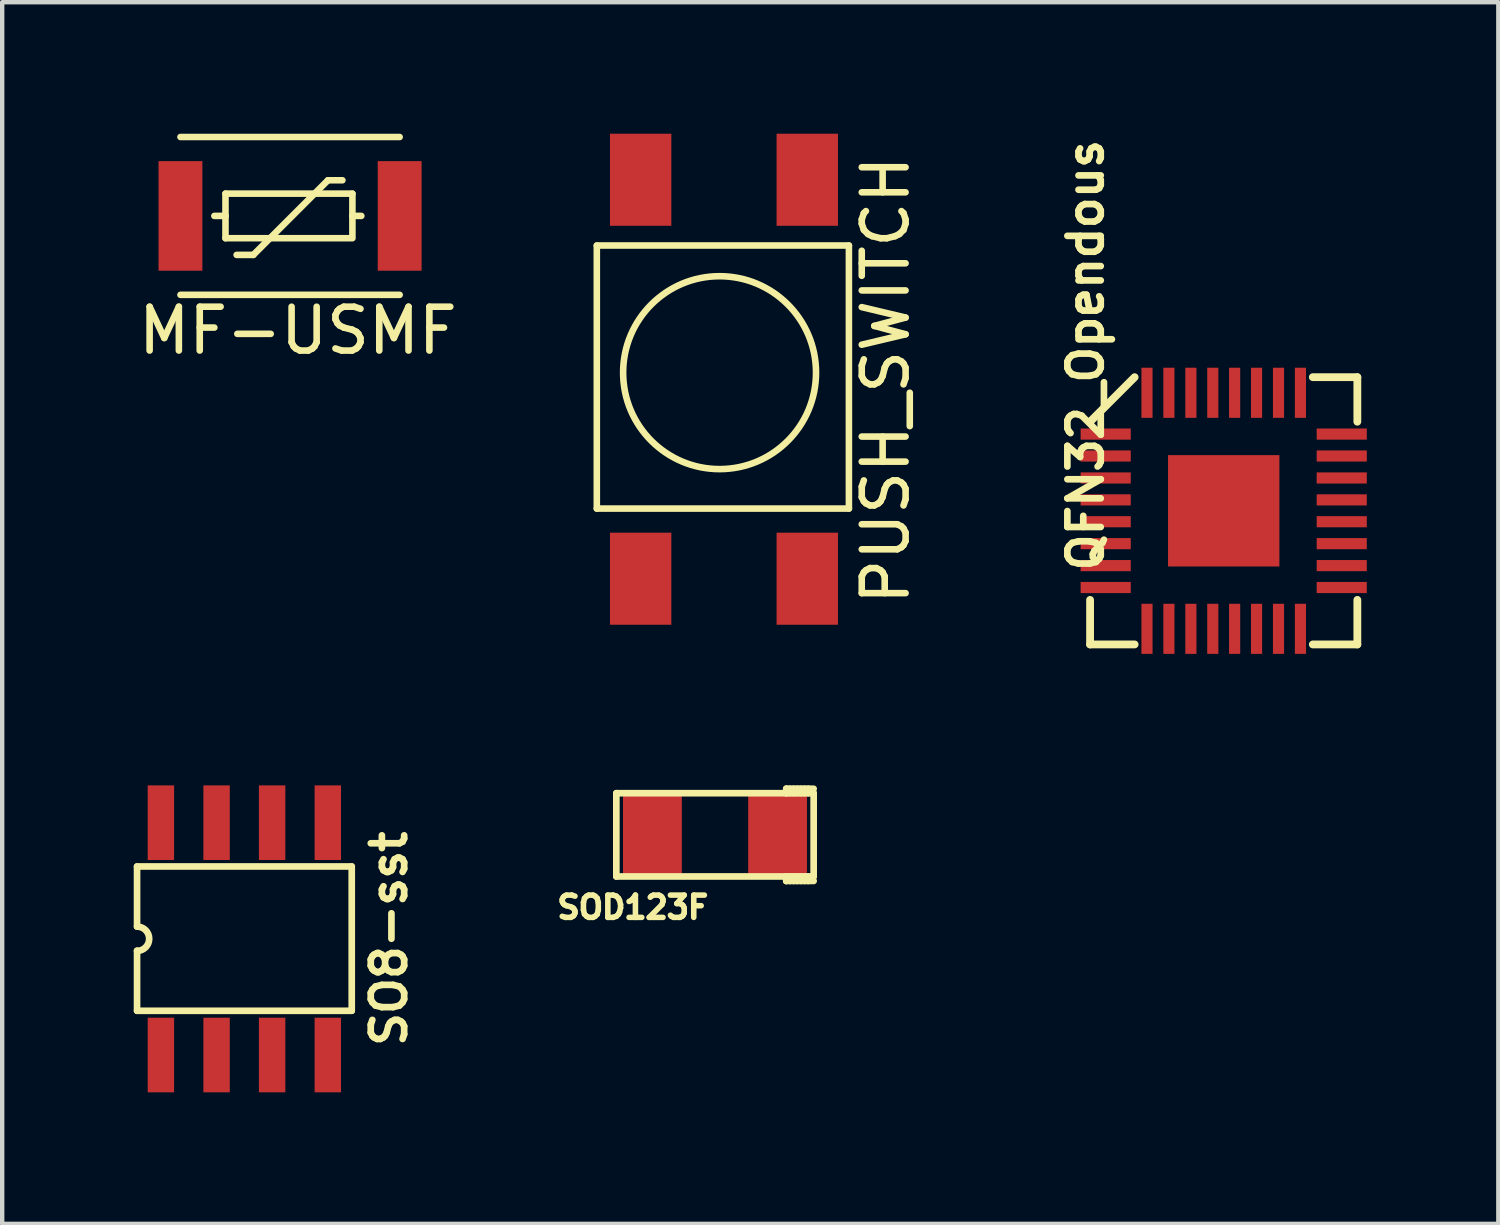
<source format=kicad_pcb>
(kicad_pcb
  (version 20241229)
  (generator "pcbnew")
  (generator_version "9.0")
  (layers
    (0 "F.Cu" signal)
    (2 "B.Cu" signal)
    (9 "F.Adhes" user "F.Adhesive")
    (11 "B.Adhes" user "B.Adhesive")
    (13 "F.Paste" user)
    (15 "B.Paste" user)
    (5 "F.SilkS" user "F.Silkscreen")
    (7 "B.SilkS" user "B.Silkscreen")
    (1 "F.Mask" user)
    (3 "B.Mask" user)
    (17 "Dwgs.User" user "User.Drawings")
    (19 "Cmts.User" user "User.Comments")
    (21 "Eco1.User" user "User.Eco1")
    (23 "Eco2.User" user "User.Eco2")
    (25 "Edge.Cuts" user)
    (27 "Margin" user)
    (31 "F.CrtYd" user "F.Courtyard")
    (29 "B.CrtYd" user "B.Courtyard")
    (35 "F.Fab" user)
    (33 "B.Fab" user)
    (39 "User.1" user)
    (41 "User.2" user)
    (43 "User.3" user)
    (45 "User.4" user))
  (footprint "SOD123F"
    (layer "F.Cu")
    (at 13.256 15.995)
    (property "Reference" "SOD123F" (at -1.873 1.651 0) (layer "F.SilkS") (effects (font (size 0.508 0.508) (thickness 0.127))))
    (attr through_hole)
    (fp_line (start -2.248 -0.953) (end -2.248 0.947) (stroke (width 0.152) (type solid)) (layer "F.SilkS"))
    (fp_line (start -2.248 0.947) (end 2.253 0.947) (stroke (width 0.152) (type solid)) (layer "F.SilkS"))
    (fp_line (start 1.628 -1.054) (end 2.253 -1.054) (stroke (width 0.152) (type solid)) (layer "F.SilkS"))
    (fp_line (start 1.628 -0.953) (end 1.628 -1.054) (stroke (width 0.152) (type solid)) (layer "F.SilkS"))
    (fp_line (start 1.628 -0.953) (end 1.628 -1.054) (stroke (width 0.152) (type solid)) (layer "F.SilkS"))
    (fp_line (start 1.628 0.947) (end 1.628 1.049) (stroke (width 0.152) (type solid)) (layer "F.SilkS"))
    (fp_line (start 1.628 0.947) (end 1.628 1.049) (stroke (width 0.152) (type solid)) (layer "F.SilkS"))
    (fp_line (start 1.628 1.049) (end 2.253 1.049) (stroke (width 0.152) (type solid)) (layer "F.SilkS"))
    (fp_line (start 1.712 -0.953) (end 1.712 -1.054) (stroke (width 0.152) (type solid)) (layer "F.SilkS"))
    (fp_line (start 1.712 0.947) (end 1.712 1.049) (stroke (width 0.152) (type solid)) (layer "F.SilkS"))
    (fp_line (start 1.796 -0.953) (end 1.796 -1.054) (stroke (width 0.152) (type solid)) (layer "F.SilkS"))
    (fp_line (start 1.796 0.947) (end 1.796 1.049) (stroke (width 0.152) (type solid)) (layer "F.SilkS"))
    (fp_line (start 1.877 -0.953) (end 1.877 -1.054) (stroke (width 0.152) (type solid)) (layer "F.SilkS"))
    (fp_line (start 1.877 0.947) (end 1.877 1.049) (stroke (width 0.152) (type solid)) (layer "F.SilkS"))
    (fp_line (start 1.961 -0.953) (end 1.961 -1.054) (stroke (width 0.152) (type solid)) (layer "F.SilkS"))
    (fp_line (start 1.961 0.947) (end 1.961 1.049) (stroke (width 0.152) (type solid)) (layer "F.SilkS"))
    (fp_line (start 2.045 -0.953) (end 2.045 -1.054) (stroke (width 0.152) (type solid)) (layer "F.SilkS"))
    (fp_line (start 2.045 0.947) (end 2.045 1.049) (stroke (width 0.152) (type solid)) (layer "F.SilkS"))
    (fp_line (start 2.129 -0.953) (end 2.129 -1.054) (stroke (width 0.152) (type solid)) (layer "F.SilkS"))
    (fp_line (start 2.129 0.947) (end 2.129 1.049) (stroke (width 0.152) (type solid)) (layer "F.SilkS"))
    (fp_line (start 2.253 -0.953) (end -2.248 -0.953) (stroke (width 0.152) (type solid)) (layer "F.SilkS"))
    (fp_line (start 2.253 0.947) (end 2.253 -0.953) (stroke (width 0.152) (type solid)) (layer "F.SilkS"))
    (pad "1" smd rect (at -1.425 0 90) (size 1.801 1.341) (layers "F.Cu" "F.Mask" "F.Paste"))
    (pad "2" smd rect (at 1.43 0 90) (size 1.801 1.341) (layers "F.Cu" "F.Mask" "F.Paste")))
  (footprint "PUSH_SWITCH"
    (layer "F.Cu")
    (at 11.563 1.05)
    (property "Reference" "PUSH_SWITCH" (at 5.588 4.572 90) (layer "F.SilkS") (effects (font (size 1 1) (thickness 0.15))))
    (attr through_hole)
    (fp_line (start -1 1.5) (end 4.75 1.5) (stroke (width 0.15) (type solid)) (layer "F.SilkS"))
    (fp_line (start -1 7.5) (end -1 1.5) (stroke (width 0.15) (type solid)) (layer "F.SilkS"))
    (fp_line (start 4.75 1.5) (end 4.75 7.5) (stroke (width 0.15) (type solid)) (layer "F.SilkS"))
    (fp_line (start 4.75 7.5) (end -1 7.5) (stroke (width 0.15) (type solid)) (layer "F.SilkS"))
    (fp_circle (center 1.8 4.4) (end 1.8 6.6) (stroke (width 0.15) (type solid)) (fill no) (layer "F.SilkS"))
    (pad "1" smd rect (at 3.8 0) (size 1.4 2.1) (layers "F.Cu" "F.Mask" "F.Paste"))
    (pad "2" smd rect (at 3.8 9.1) (size 1.4 2.1) (layers "F.Cu" "F.Mask" "F.Paste"))
    (pad "3" smd rect (at 0 0) (size 1.4 2.1) (layers "F.Cu" "F.Mask" "F.Paste"))
    (pad "4" smd rect (at 0 9.1) (size 1.4 2.1) (layers "F.Cu" "F.Mask" "F.Paste")))
  (footprint "MF-USMF"
    (layer "F.Cu")
    (at 3.566 1.875)
    (property "Reference" "MF-USMF" (at 0.178 2.616 0) (layer "F.SilkS") (effects (font (size 1 1) (thickness 0.15))))
    (attr through_hole)
    (fp_line (start -2.5 -1.8) (end 2.5 -1.8) (stroke (width 0.15) (type solid)) (layer "F.SilkS"))
    (fp_line (start -1.727 0) (end -1.473 0) (stroke (width 0.15) (type solid)) (layer "F.SilkS"))
    (fp_line (start -1.473 -0.508) (end 1.422 -0.508) (stroke (width 0.15) (type solid)) (layer "F.SilkS"))
    (fp_line (start -1.473 0) (end -1.473 -0.508) (stroke (width 0.15) (type solid)) (layer "F.SilkS"))
    (fp_line (start -1.473 0) (end -1.473 0.508) (stroke (width 0.15) (type solid)) (layer "F.SilkS"))
    (fp_line (start -1.473 0.508) (end 1.372 0.508) (stroke (width 0.15) (type solid)) (layer "F.SilkS"))
    (fp_line (start -1.219 0.889) (end -0.838 0.889) (stroke (width 0.15) (type solid)) (layer "F.SilkS"))
    (fp_line (start -0.838 0.889) (end 0.864 -0.813) (stroke (width 0.15) (type solid)) (layer "F.SilkS"))
    (fp_line (start 0.864 -0.813) (end 1.194 -0.813) (stroke (width 0.15) (type solid)) (layer "F.SilkS"))
    (fp_line (start 1.422 -0.508) (end 1.422 0) (stroke (width 0.15) (type solid)) (layer "F.SilkS"))
    (fp_line (start 1.422 0) (end 1.422 0.508) (stroke (width 0.15) (type solid)) (layer "F.SilkS"))
    (fp_line (start 1.422 0) (end 1.626 0) (stroke (width 0.15) (type solid)) (layer "F.SilkS"))
    (fp_line (start 2.5 1.8) (end -2.5 1.8) (stroke (width 0.15) (type solid)) (layer "F.SilkS"))
    (pad "1" smd rect (at 2.5 0) (size 1 2.5) (layers "F.Cu" "F.Mask" "F.Paste"))
    (pad "2" smd rect (at -2.5 0) (size 1 2.5) (layers "F.Cu" "F.Mask" "F.Paste")))
  (footprint "SO8-sst"
    (layer "F.Cu")
    (at 2.522 18.362)
    (property "Reference" "SO8-sst" (at 3.302 0 270) (layer "F.SilkS") (effects (font (size 0.762 0.762) (thickness 0.152))))
    (attr smd)
    (fp_line (start -2.446 -1.648) (end -2.446 -0.277) (stroke (width 0.152) (type solid)) (layer "F.SilkS"))
    (fp_line (start -2.446 0.272) (end -2.446 1.643) (stroke (width 0.152) (type solid)) (layer "F.SilkS"))
    (fp_line (start -2.446 1.643) (end 2.451 1.643) (stroke (width 0.152) (type solid)) (layer "F.SilkS"))
    (fp_line (start 2.451 -1.648) (end -2.446 -1.648) (stroke (width 0.152) (type solid)) (layer "F.SilkS"))
    (fp_line (start 2.451 1.643) (end 2.451 -1.648) (stroke (width 0.152) (type solid)) (layer "F.SilkS"))
    (fp_arc (start -2.44602 -0.27686) (mid -2.16916 0) (end -2.44602 0.27686) (stroke (width 0.1524) (type solid)) (layer "F.SilkS"))
    (pad "1" smd rect (at -1.902 2.652) (size 0.602 1.702) (layers "F.Cu" "F.Mask" "F.Paste"))
    (pad "2" smd rect (at -0.632 2.652) (size 0.602 1.702) (layers "F.Cu" "F.Mask" "F.Paste"))
    (pad "3" smd rect (at 0.635 2.652) (size 0.602 1.702) (layers "F.Cu" "F.Mask" "F.Paste"))
    (pad "4" smd rect (at 1.905 2.652) (size 0.602 1.702) (layers "F.Cu" "F.Mask" "F.Paste"))
    (pad "5" smd rect (at 1.905 -2.647) (size 0.602 1.702) (layers "F.Cu" "F.Mask" "F.Paste"))
    (pad "6" smd rect (at 0.635 -2.647) (size 0.602 1.702) (layers "F.Cu" "F.Mask" "F.Paste"))
    (pad "7" smd rect (at -0.632 -2.647) (size 0.602 1.702) (layers "F.Cu" "F.Mask" "F.Paste"))
    (pad "8" smd rect (at -1.902 -2.647) (size 0.602 1.702) (layers "F.Cu" "F.Mask" "F.Paste")))
  (footprint "QFN32_Opendous"
    (layer "F.Cu")
    (at 24.862 8.601)
    (property "Reference" "QFN32_Opendous" (at -3.149 -3.55 90) (layer "F.SilkS") (effects (font (size 0.762 0.762) (thickness 0.152))))
    (attr smd)
    (fp_line (start -3.048 -2.032) (end -2.032 -3.048) (stroke (width 0.178) (type solid)) (layer "F.SilkS"))
    (fp_line (start -3.048 3.048) (end -3.048 2.032) (stroke (width 0.178) (type solid)) (layer "F.SilkS"))
    (fp_line (start -3.048 3.048) (end -2.032 3.048) (stroke (width 0.178) (type solid)) (layer "F.SilkS"))
    (fp_line (start 2.032 3.048) (end 3.048 3.048) (stroke (width 0.178) (type solid)) (layer "F.SilkS"))
    (fp_line (start 3.048 -3.048) (end 2.032 -3.048) (stroke (width 0.178) (type solid)) (layer "F.SilkS"))
    (fp_line (start 3.048 -3.048) (end 3.048 -2.032) (stroke (width 0.178) (type solid)) (layer "F.SilkS"))
    (fp_line (start 3.048 3.048) (end 3.048 2.032) (stroke (width 0.178) (type solid)) (layer "F.SilkS"))
    (pad "1" smd rect (at -2.692 -1.75 90) (size 0.254 1.143) (layers "F.Cu" "F.Mask" "F.Paste"))
    (pad "2" smd rect (at -2.692 -1.25 90) (size 0.254 1.143) (layers "F.Cu" "F.Mask" "F.Paste"))
    (pad "3" smd rect (at -2.692 -0.749 90) (size 0.254 1.143) (layers "F.Cu" "F.Mask" "F.Paste"))
    (pad "4" smd rect (at -2.692 -0.249 90) (size 0.254 1.143) (layers "F.Cu" "F.Mask" "F.Paste"))
    (pad "5" smd rect (at -2.692 0.249 90) (size 0.254 1.143) (layers "F.Cu" "F.Mask" "F.Paste"))
    (pad "6" smd rect (at -2.692 0.749 90) (size 0.254 1.143) (layers "F.Cu" "F.Mask" "F.Paste"))
    (pad "7" smd rect (at -2.692 1.25 90) (size 0.254 1.143) (layers "F.Cu" "F.Mask" "F.Paste"))
    (pad "8" smd rect (at -2.692 1.75 90) (size 0.254 1.143) (layers "F.Cu" "F.Mask" "F.Paste"))
    (pad "9" smd rect (at -1.75 2.692) (size 0.254 1.143) (layers "F.Cu" "F.Mask" "F.Paste"))
    (pad "10" smd rect (at -1.25 2.692) (size 0.254 1.143) (layers "F.Cu" "F.Mask" "F.Paste"))
    (pad "11" smd rect (at -0.749 2.692) (size 0.254 1.143) (layers "F.Cu" "F.Mask" "F.Paste"))
    (pad "12" smd rect (at -0.249 2.692) (size 0.254 1.143) (layers "F.Cu" "F.Mask" "F.Paste"))
    (pad "13" smd rect (at 0.249 2.692) (size 0.254 1.143) (layers "F.Cu" "F.Mask" "F.Paste"))
    (pad "14" smd rect (at 0.749 2.692) (size 0.254 1.143) (layers "F.Cu" "F.Mask" "F.Paste"))
    (pad "15" smd rect (at 1.25 2.692) (size 0.254 1.143) (layers "F.Cu" "F.Mask" "F.Paste"))
    (pad "16" smd rect (at 1.75 2.692) (size 0.254 1.143) (layers "F.Cu" "F.Mask" "F.Paste"))
    (pad "17" smd rect (at 2.692 1.75 90) (size 0.254 1.143) (layers "F.Cu" "F.Mask" "F.Paste"))
    (pad "18" smd rect (at 2.692 1.25 90) (size 0.254 1.143) (layers "F.Cu" "F.Mask" "F.Paste"))
    (pad "19" smd rect (at 2.692 0.749 90) (size 0.254 1.143) (layers "F.Cu" "F.Mask" "F.Paste"))
    (pad "20" smd rect (at 2.692 0.249 90) (size 0.254 1.143) (layers "F.Cu" "F.Mask" "F.Paste"))
    (pad "21" smd rect (at 2.692 -0.249 90) (size 0.254 1.143) (layers "F.Cu" "F.Mask" "F.Paste"))
    (pad "22" smd rect (at 2.692 -0.749 90) (size 0.254 1.143) (layers "F.Cu" "F.Mask" "F.Paste"))
    (pad "23" smd rect (at 2.692 -1.25 90) (size 0.254 1.143) (layers "F.Cu" "F.Mask" "F.Paste"))
    (pad "24" smd rect (at 2.692 -1.75 90) (size 0.254 1.143) (layers "F.Cu" "F.Mask" "F.Paste"))
    (pad "25" smd rect (at 1.75 -2.692) (size 0.254 1.143) (layers "F.Cu" "F.Mask" "F.Paste"))
    (pad "26" smd rect (at 1.25 -2.692) (size 0.254 1.143) (layers "F.Cu" "F.Mask" "F.Paste"))
    (pad "27" smd rect (at 0.749 -2.692) (size 0.254 1.143) (layers "F.Cu" "F.Mask" "F.Paste"))
    (pad "28" smd rect (at 0.249 -2.692) (size 0.254 1.143) (layers "F.Cu" "F.Mask" "F.Paste"))
    (pad "29" smd rect (at -0.249 -2.692) (size 0.254 1.143) (layers "F.Cu" "F.Mask" "F.Paste"))
    (pad "30" smd rect (at -0.749 -2.692) (size 0.254 1.143) (layers "F.Cu" "F.Mask" "F.Paste"))
    (pad "31" smd rect (at -1.25 -2.692) (size 0.254 1.143) (layers "F.Cu" "F.Mask" "F.Paste"))
    (pad "32" smd rect (at -1.75 -2.692) (size 0.254 1.143) (layers "F.Cu" "F.Mask" "F.Paste"))
    (pad "33" smd rect (at 0 0) (size 2.54 2.54) (layers "F.Cu" "F.Mask" "F.Paste")))
  (gr_rect
    (start -3 -3)
    (end 31.126 24.865)
    (stroke (width 0.1) (type default))
    (fill no)
    (layer "Edge.Cuts")))
</source>
